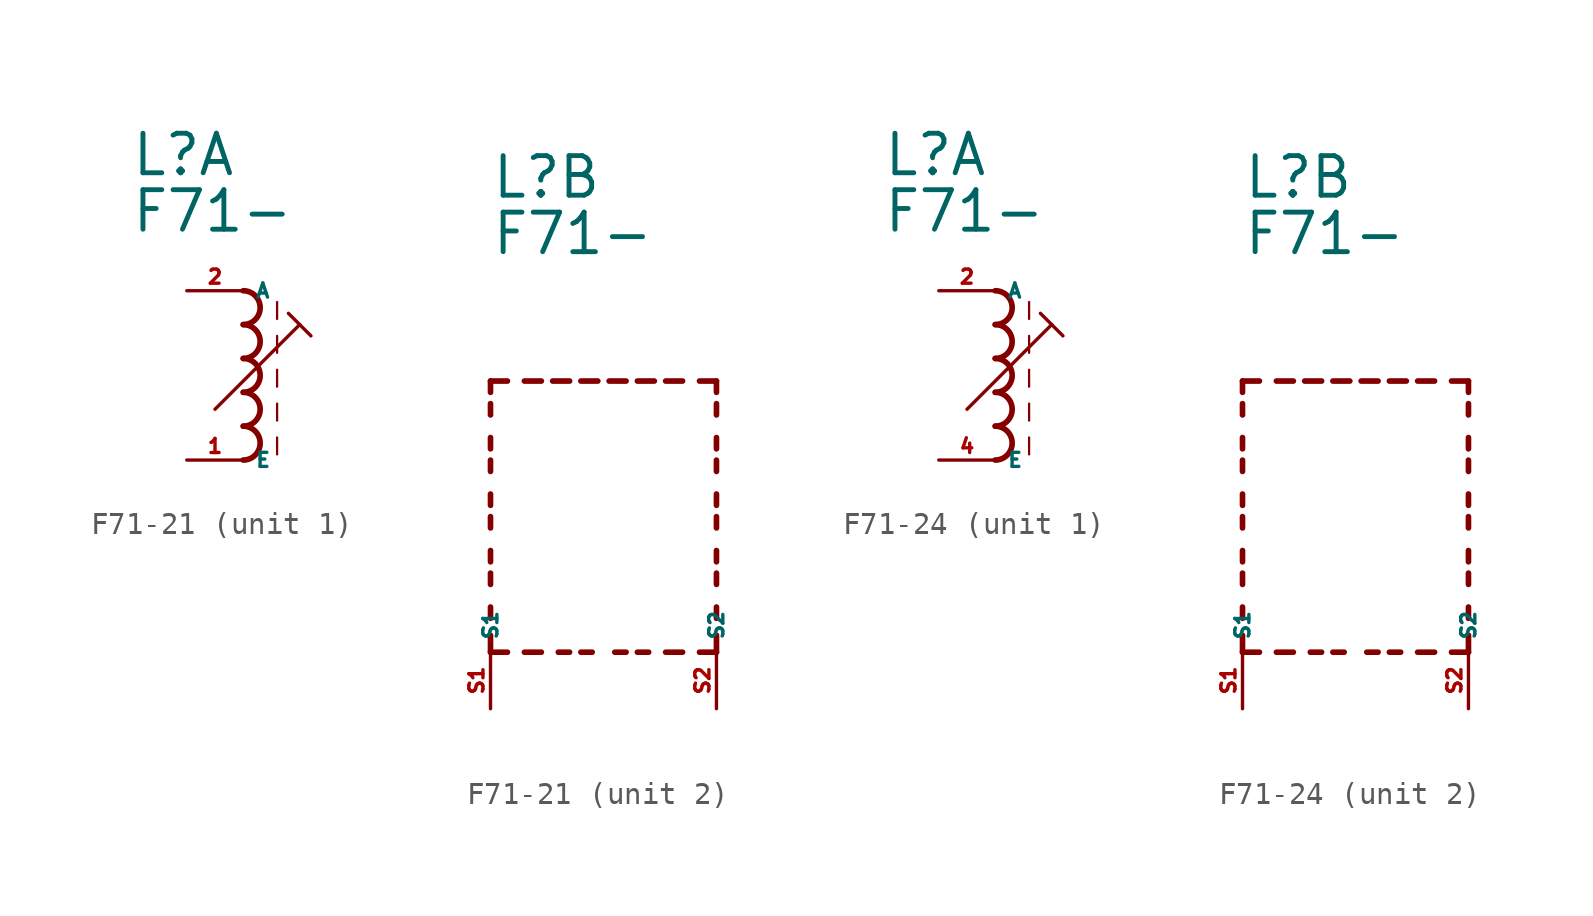
<source format=kicad_sym>
(kicad_symbol_lib
  (version 20220914)
  (generator kicad_symbol_editor)
  (symbol "F71-21"
    (property "Reference" "L"
      (at -5.08 10.16 0)
      (effects (font (size 1.778 1.778) (thickness 0.22)) (justify left bottom)))
    (property "Value" "F71-"
      (at -5.08 7.62 0)
      (effects (font (size 1.778 1.778) (thickness 0.22)) (justify left bottom)))
    (symbol "F71-21_1_0"
      (arc (start 0 -2.54) (mid 0.7587 -1.778) (end 0 -1.016) (stroke (width 0.254) (type default)) (fill (type none)))
      (arc (start 0 -1.016) (mid 0.7587 -0.254) (end 0 0.508) (stroke (width 0.254) (type default)) (fill (type none)))
      (polyline (pts (xy -1.27 -0.254) (xy 2.54 3.556)) (stroke (width 0.152) (type default)) (fill (type none)))
      (polyline (pts (xy 1.524 -1.524) (xy 1.524 -2.286)) (stroke (width 0.102) (type default)) (fill (type none)))
      (polyline (pts (xy 1.524 0) (xy 1.524 -0.762)) (stroke (width 0.102) (type default)) (fill (type none)))
      (polyline (pts (xy 1.524 1.524) (xy 1.524 0.762)) (stroke (width 0.102) (type default)) (fill (type none)))
      (polyline (pts (xy 1.524 3.048) (xy 1.524 2.286)) (stroke (width 0.102) (type default)) (fill (type none)))
      (polyline (pts (xy 1.524 4.572) (xy 1.524 3.81)) (stroke (width 0.102) (type default)) (fill (type none)))
      (polyline (pts (xy 2.032 4.064) (xy 2.54 3.556)) (stroke (width 0.152) (type default)) (fill (type none)))
      (polyline (pts (xy 2.54 3.556) (xy 3.048 3.048)) (stroke (width 0.152) (type default)) (fill (type none)))
      (arc (start 0 0.508) (mid 0.7587 1.27) (end 0 2.032) (stroke (width 0.254) (type default)) (fill (type none)))
      (arc (start 0 2.032) (mid 0.7587 2.794) (end 0 3.556) (stroke (width 0.254) (type default)) (fill (type none)))
      (arc (start 0 3.556) (mid 0.7587 4.318) (end 0 5.08) (stroke (width 0.254) (type default)) (fill (type none)))
      (pin passive line (at -2.54 -2.54 0) (length 2.54) (name "E" (effects (font (size 0.635 0.635)))) (number "1" (effects (font (size 0.635 0.635)))))
      (pin passive line (at -2.54 5.08 0) (length 2.54) (name "A" (effects (font (size 0.635 0.635)))) (number "2" (effects (font (size 0.635 0.635))))))
    (symbol "F71-21_2_0"
      (polyline (pts (xy -5.08 -10.16) (xy -5.08 -9.398)) (stroke (width 0.254) (type default)) (fill (type none)))
      (polyline (pts (xy -5.08 -10.16) (xy -4.318 -10.16)) (stroke (width 0.254) (type default)) (fill (type none)))
      (polyline (pts (xy -5.08 -8.636) (xy -5.08 -8.128)) (stroke (width 0.254) (type default)) (fill (type none)))
      (polyline (pts (xy -5.08 -7.112) (xy -5.08 -6.604)) (stroke (width 0.254) (type default)) (fill (type none)))
      (polyline (pts (xy -5.08 -6.096) (xy -5.08 -5.588)) (stroke (width 0.254) (type default)) (fill (type none)))
      (polyline (pts (xy -5.08 -4.572) (xy -5.08 -4.064)) (stroke (width 0.254) (type default)) (fill (type none)))
      (polyline (pts (xy -5.08 -3.556) (xy -5.08 -3.048)) (stroke (width 0.254) (type default)) (fill (type none)))
      (polyline (pts (xy -5.08 -2.032) (xy -5.08 -1.524)) (stroke (width 0.254) (type default)) (fill (type none)))
      (polyline (pts (xy -5.08 -1.016) (xy -5.08 -0.508)) (stroke (width 0.254) (type default)) (fill (type none)))
      (polyline (pts (xy -5.08 0.508) (xy -5.08 1.016)) (stroke (width 0.254) (type default)) (fill (type none)))
      (polyline (pts (xy -5.08 1.524) (xy -5.08 2.032)) (stroke (width 0.254) (type default)) (fill (type none)))
      (polyline (pts (xy -5.08 2.032) (xy -4.318 2.032)) (stroke (width 0.254) (type default)) (fill (type none)))
      (polyline (pts (xy -3.556 -10.16) (xy -2.794 -10.16)) (stroke (width 0.254) (type default)) (fill (type none)))
      (polyline (pts (xy -3.556 2.032) (xy -2.794 2.032)) (stroke (width 0.254) (type default)) (fill (type none)))
      (polyline (pts (xy -1.524 -10.16) (xy -2.032 -10.16)) (stroke (width 0.254) (type default)) (fill (type none)))
      (polyline (pts (xy -1.524 2.032) (xy -2.286 2.032)) (stroke (width 0.254) (type default)) (fill (type none)))
      (polyline (pts (xy -1.016 2.032) (xy -0.254 2.032)) (stroke (width 0.254) (type default)) (fill (type none)))
      (polyline (pts (xy -0.508 -10.16) (xy -1.016 -10.16)) (stroke (width 0.254) (type default)) (fill (type none)))
      (polyline (pts (xy 1.016 -10.16) (xy 0.508 -10.16)) (stroke (width 0.254) (type default)) (fill (type none)))
      (polyline (pts (xy 1.016 2.032) (xy 0.254 2.032)) (stroke (width 0.254) (type default)) (fill (type none)))
      (polyline (pts (xy 1.524 2.032) (xy 2.286 2.032)) (stroke (width 0.254) (type default)) (fill (type none)))
      (polyline (pts (xy 2.032 -10.16) (xy 1.524 -10.16)) (stroke (width 0.254) (type default)) (fill (type none)))
      (polyline (pts (xy 3.556 -10.16) (xy 2.794 -10.16)) (stroke (width 0.254) (type default)) (fill (type none)))
      (polyline (pts (xy 3.556 2.032) (xy 2.794 2.032)) (stroke (width 0.254) (type default)) (fill (type none)))
      (polyline (pts (xy 5.08 -10.16) (xy 4.318 -10.16)) (stroke (width 0.254) (type default)) (fill (type none)))
      (polyline (pts (xy 5.08 -10.16) (xy 5.08 -9.398)) (stroke (width 0.254) (type default)) (fill (type none)))
      (polyline (pts (xy 5.08 -8.636) (xy 5.08 -8.128)) (stroke (width 0.254) (type default)) (fill (type none)))
      (polyline (pts (xy 5.08 -7.112) (xy 5.08 -6.604)) (stroke (width 0.254) (type default)) (fill (type none)))
      (polyline (pts (xy 5.08 -6.096) (xy 5.08 -5.588)) (stroke (width 0.254) (type default)) (fill (type none)))
      (polyline (pts (xy 5.08 -4.572) (xy 5.08 -4.064)) (stroke (width 0.254) (type default)) (fill (type none)))
      (polyline (pts (xy 5.08 -3.556) (xy 5.08 -3.048)) (stroke (width 0.254) (type default)) (fill (type none)))
      (polyline (pts (xy 5.08 -2.032) (xy 5.08 -1.524)) (stroke (width 0.254) (type default)) (fill (type none)))
      (polyline (pts (xy 5.08 -1.016) (xy 5.08 -0.508)) (stroke (width 0.254) (type default)) (fill (type none)))
      (polyline (pts (xy 5.08 0.508) (xy 5.08 1.016)) (stroke (width 0.254) (type default)) (fill (type none)))
      (polyline (pts (xy 5.08 1.524) (xy 5.08 2.032)) (stroke (width 0.254) (type default)) (fill (type none)))
      (polyline (pts (xy 5.08 2.032) (xy 4.318 2.032)) (stroke (width 0.254) (type default)) (fill (type none)))
      (pin passive line (at -5.08 -12.7 90) (length 2.54) (name "S1" (effects (font (size 0.635 0.635)))) (number "S1" (effects (font (size 0.635 0.635)))))
      (pin passive line (at 5.08 -12.7 90) (length 2.54) (name "S2" (effects (font (size 0.635 0.635)))) (number "S2" (effects (font (size 0.635 0.635)))))))
  (symbol "F71-24"
    (property "Reference" "L"
      (at -5.08 10.16 0)
      (effects (font (size 1.778 1.778) (thickness 0.22)) (justify left bottom)))
    (property "Value" "F71-"
      (at -5.08 7.62 0)
      (effects (font (size 1.778 1.778) (thickness 0.22)) (justify left bottom)))
    (symbol "F71-24_1_0"
      (arc (start 0 -2.54) (mid 0.7587 -1.778) (end 0 -1.016) (stroke (width 0.254) (type default)) (fill (type none)))
      (arc (start 0 -1.016) (mid 0.7587 -0.254) (end 0 0.508) (stroke (width 0.254) (type default)) (fill (type none)))
      (polyline (pts (xy -1.27 -0.254) (xy 2.54 3.556)) (stroke (width 0.152) (type default)) (fill (type none)))
      (polyline (pts (xy 1.524 -1.524) (xy 1.524 -2.286)) (stroke (width 0.102) (type default)) (fill (type none)))
      (polyline (pts (xy 1.524 0) (xy 1.524 -0.762)) (stroke (width 0.102) (type default)) (fill (type none)))
      (polyline (pts (xy 1.524 1.524) (xy 1.524 0.762)) (stroke (width 0.102) (type default)) (fill (type none)))
      (polyline (pts (xy 1.524 3.048) (xy 1.524 2.286)) (stroke (width 0.102) (type default)) (fill (type none)))
      (polyline (pts (xy 1.524 4.572) (xy 1.524 3.81)) (stroke (width 0.102) (type default)) (fill (type none)))
      (polyline (pts (xy 2.032 4.064) (xy 2.54 3.556)) (stroke (width 0.152) (type default)) (fill (type none)))
      (polyline (pts (xy 2.54 3.556) (xy 3.048 3.048)) (stroke (width 0.152) (type default)) (fill (type none)))
      (arc (start 0 0.508) (mid 0.7587 1.27) (end 0 2.032) (stroke (width 0.254) (type default)) (fill (type none)))
      (arc (start 0 2.032) (mid 0.7587 2.794) (end 0 3.556) (stroke (width 0.254) (type default)) (fill (type none)))
      (arc (start 0 3.556) (mid 0.7587 4.318) (end 0 5.08) (stroke (width 0.254) (type default)) (fill (type none)))
      (pin passive line (at -2.54 5.08 0) (length 2.54) (name "A" (effects (font (size 0.635 0.635)))) (number "2" (effects (font (size 0.635 0.635)))))
      (pin passive line (at -2.54 -2.54 0) (length 2.54) (name "E" (effects (font (size 0.635 0.635)))) (number "4" (effects (font (size 0.635 0.635))))))
    (symbol "F71-24_2_0"
      (polyline (pts (xy -5.08 -10.16) (xy -5.08 -9.398)) (stroke (width 0.254) (type default)) (fill (type none)))
      (polyline (pts (xy -5.08 -10.16) (xy -4.318 -10.16)) (stroke (width 0.254) (type default)) (fill (type none)))
      (polyline (pts (xy -5.08 -8.636) (xy -5.08 -8.128)) (stroke (width 0.254) (type default)) (fill (type none)))
      (polyline (pts (xy -5.08 -7.112) (xy -5.08 -6.604)) (stroke (width 0.254) (type default)) (fill (type none)))
      (polyline (pts (xy -5.08 -6.096) (xy -5.08 -5.588)) (stroke (width 0.254) (type default)) (fill (type none)))
      (polyline (pts (xy -5.08 -4.572) (xy -5.08 -4.064)) (stroke (width 0.254) (type default)) (fill (type none)))
      (polyline (pts (xy -5.08 -3.556) (xy -5.08 -3.048)) (stroke (width 0.254) (type default)) (fill (type none)))
      (polyline (pts (xy -5.08 -2.032) (xy -5.08 -1.524)) (stroke (width 0.254) (type default)) (fill (type none)))
      (polyline (pts (xy -5.08 -1.016) (xy -5.08 -0.508)) (stroke (width 0.254) (type default)) (fill (type none)))
      (polyline (pts (xy -5.08 0.508) (xy -5.08 1.016)) (stroke (width 0.254) (type default)) (fill (type none)))
      (polyline (pts (xy -5.08 1.524) (xy -5.08 2.032)) (stroke (width 0.254) (type default)) (fill (type none)))
      (polyline (pts (xy -5.08 2.032) (xy -4.318 2.032)) (stroke (width 0.254) (type default)) (fill (type none)))
      (polyline (pts (xy -3.556 -10.16) (xy -2.794 -10.16)) (stroke (width 0.254) (type default)) (fill (type none)))
      (polyline (pts (xy -3.556 2.032) (xy -2.794 2.032)) (stroke (width 0.254) (type default)) (fill (type none)))
      (polyline (pts (xy -1.524 -10.16) (xy -2.032 -10.16)) (stroke (width 0.254) (type default)) (fill (type none)))
      (polyline (pts (xy -1.524 2.032) (xy -2.286 2.032)) (stroke (width 0.254) (type default)) (fill (type none)))
      (polyline (pts (xy -1.016 2.032) (xy -0.254 2.032)) (stroke (width 0.254) (type default)) (fill (type none)))
      (polyline (pts (xy -0.508 -10.16) (xy -1.016 -10.16)) (stroke (width 0.254) (type default)) (fill (type none)))
      (polyline (pts (xy 1.016 -10.16) (xy 0.508 -10.16)) (stroke (width 0.254) (type default)) (fill (type none)))
      (polyline (pts (xy 1.016 2.032) (xy 0.254 2.032)) (stroke (width 0.254) (type default)) (fill (type none)))
      (polyline (pts (xy 1.524 2.032) (xy 2.286 2.032)) (stroke (width 0.254) (type default)) (fill (type none)))
      (polyline (pts (xy 2.032 -10.16) (xy 1.524 -10.16)) (stroke (width 0.254) (type default)) (fill (type none)))
      (polyline (pts (xy 3.556 -10.16) (xy 2.794 -10.16)) (stroke (width 0.254) (type default)) (fill (type none)))
      (polyline (pts (xy 3.556 2.032) (xy 2.794 2.032)) (stroke (width 0.254) (type default)) (fill (type none)))
      (polyline (pts (xy 5.08 -10.16) (xy 4.318 -10.16)) (stroke (width 0.254) (type default)) (fill (type none)))
      (polyline (pts (xy 5.08 -10.16) (xy 5.08 -9.398)) (stroke (width 0.254) (type default)) (fill (type none)))
      (polyline (pts (xy 5.08 -8.636) (xy 5.08 -8.128)) (stroke (width 0.254) (type default)) (fill (type none)))
      (polyline (pts (xy 5.08 -7.112) (xy 5.08 -6.604)) (stroke (width 0.254) (type default)) (fill (type none)))
      (polyline (pts (xy 5.08 -6.096) (xy 5.08 -5.588)) (stroke (width 0.254) (type default)) (fill (type none)))
      (polyline (pts (xy 5.08 -4.572) (xy 5.08 -4.064)) (stroke (width 0.254) (type default)) (fill (type none)))
      (polyline (pts (xy 5.08 -3.556) (xy 5.08 -3.048)) (stroke (width 0.254) (type default)) (fill (type none)))
      (polyline (pts (xy 5.08 -2.032) (xy 5.08 -1.524)) (stroke (width 0.254) (type default)) (fill (type none)))
      (polyline (pts (xy 5.08 -1.016) (xy 5.08 -0.508)) (stroke (width 0.254) (type default)) (fill (type none)))
      (polyline (pts (xy 5.08 0.508) (xy 5.08 1.016)) (stroke (width 0.254) (type default)) (fill (type none)))
      (polyline (pts (xy 5.08 1.524) (xy 5.08 2.032)) (stroke (width 0.254) (type default)) (fill (type none)))
      (polyline (pts (xy 5.08 2.032) (xy 4.318 2.032)) (stroke (width 0.254) (type default)) (fill (type none)))
      (pin passive line (at -5.08 -12.7 90) (length 2.54) (name "S1" (effects (font (size 0.635 0.635)))) (number "S1" (effects (font (size 0.635 0.635)))))
      (pin passive line (at 5.08 -12.7 90) (length 2.54) (name "S2" (effects (font (size 0.635 0.635)))) (number "S2" (effects (font (size 0.635 0.635))))))))
</source>
